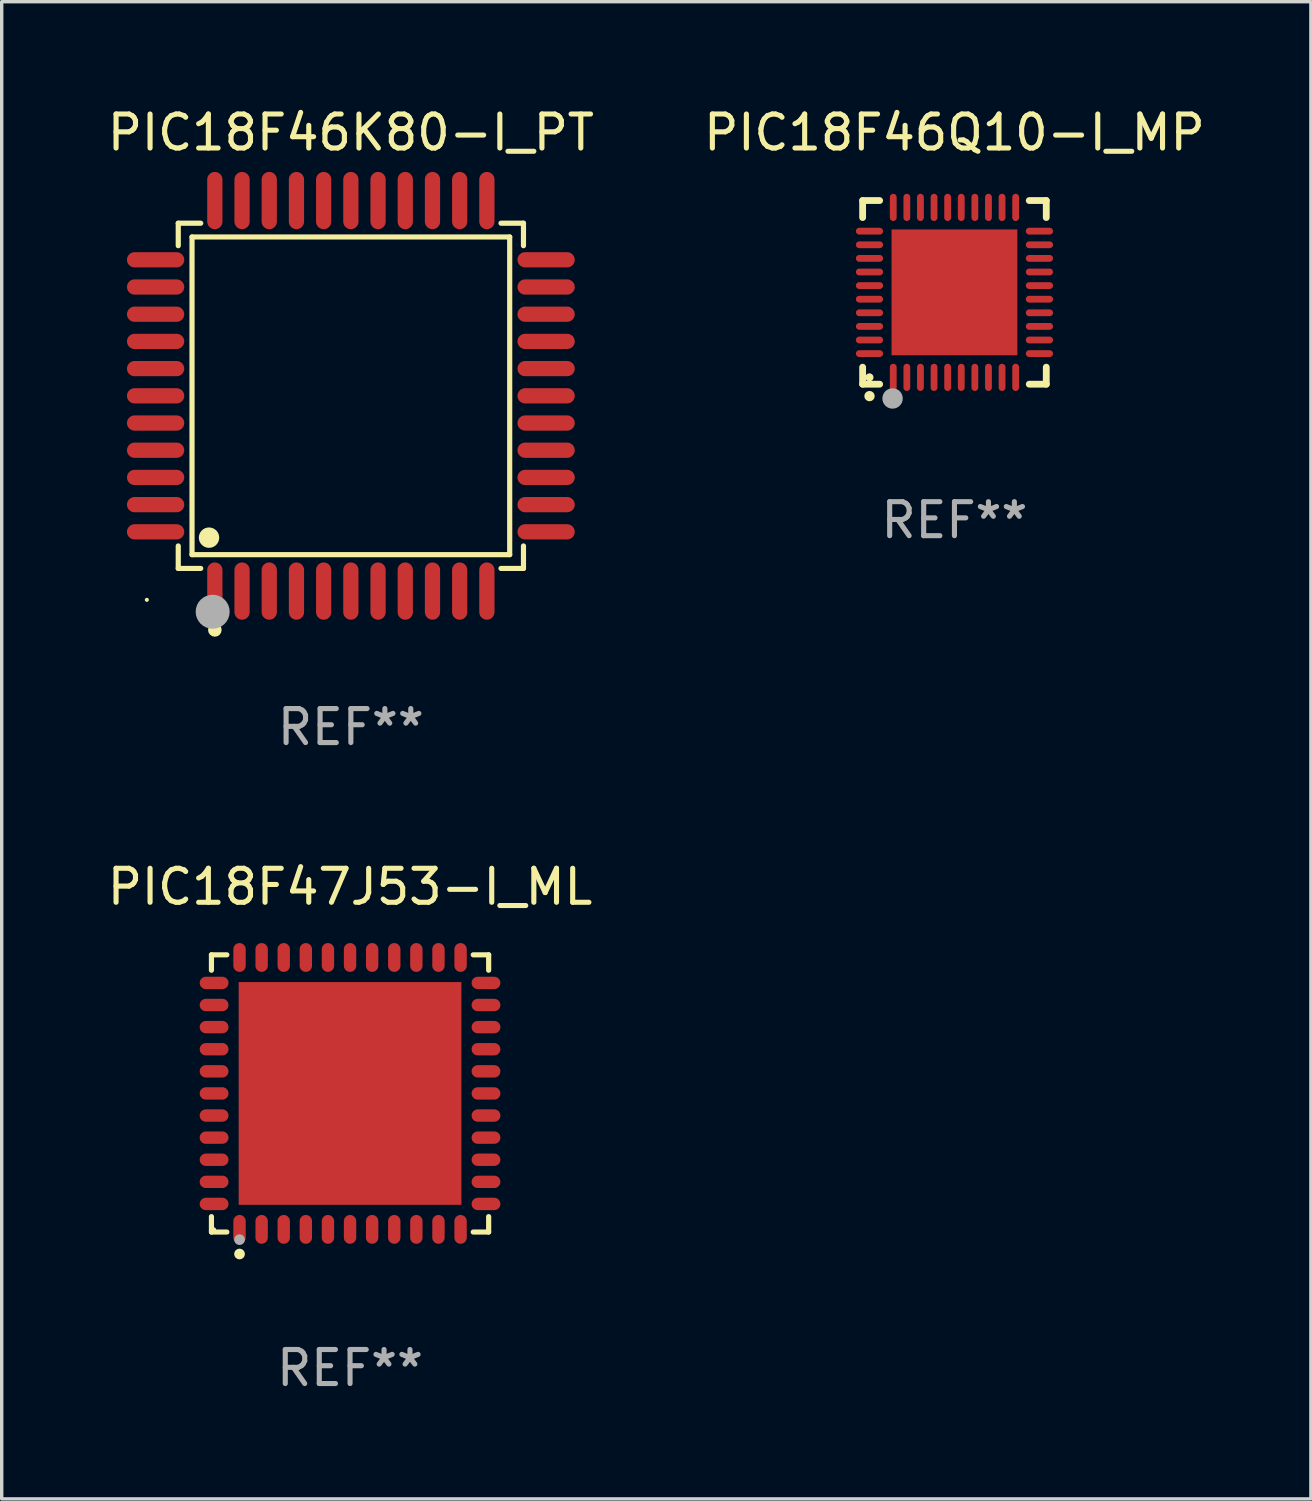
<source format=kicad_pcb>
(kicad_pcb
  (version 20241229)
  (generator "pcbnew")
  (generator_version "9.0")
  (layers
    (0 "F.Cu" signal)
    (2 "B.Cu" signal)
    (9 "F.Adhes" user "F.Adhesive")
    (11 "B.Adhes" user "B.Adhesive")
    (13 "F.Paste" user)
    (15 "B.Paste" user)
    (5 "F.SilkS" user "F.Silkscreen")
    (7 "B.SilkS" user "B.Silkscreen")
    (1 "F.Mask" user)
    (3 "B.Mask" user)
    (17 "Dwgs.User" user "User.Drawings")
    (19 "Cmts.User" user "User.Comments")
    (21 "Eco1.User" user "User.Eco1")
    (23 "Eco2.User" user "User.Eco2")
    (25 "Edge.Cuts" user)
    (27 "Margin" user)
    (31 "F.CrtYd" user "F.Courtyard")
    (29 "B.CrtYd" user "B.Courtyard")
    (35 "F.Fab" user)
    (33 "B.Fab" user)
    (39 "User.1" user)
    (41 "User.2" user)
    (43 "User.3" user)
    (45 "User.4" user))
  (footprint "PIC18F46Q10-I_MP"
    (layer "F.Cu")
    (at 25.018 5.548)
    (property "Reference" "PIC18F46Q10-I_MP" (at 0 -4.7 0) (layer "F.SilkS") (effects (font (size 1 1) (thickness 0.15))))
    (attr through_hole)
    (fp_line (start -2.7 -2.7) (end -2.7 -2.2) (stroke (width 0.2) (type solid)) (layer "F.SilkS"))
    (fp_line (start -2.7 2.7) (end -2.7 2.2) (stroke (width 0.2) (type solid)) (layer "F.SilkS"))
    (fp_line (start -2.2 -2.7) (end -2.7 -2.7) (stroke (width 0.2) (type solid)) (layer "F.SilkS"))
    (fp_line (start -2.2 2.7) (end -2.7 2.7) (stroke (width 0.2) (type solid)) (layer "F.SilkS"))
    (fp_line (start 2.7 -2.7) (end 2.2 -2.7) (stroke (width 0.2) (type solid)) (layer "F.SilkS"))
    (fp_line (start 2.7 -2.2) (end 2.7 -2.7) (stroke (width 0.2) (type solid)) (layer "F.SilkS"))
    (fp_line (start 2.7 2.2) (end 2.7 2.7) (stroke (width 0.2) (type solid)) (layer "F.SilkS"))
    (fp_line (start 2.7 2.7) (end 2.2 2.7) (stroke (width 0.2) (type solid)) (layer "F.SilkS"))
    (fp_arc (start -2.499365 3.050546) (mid -2.498095 3.050541) (end -2.496825 3.050546) (stroke (width 0.3) (type solid)) (layer "F.SilkS"))
    (fp_circle (center -2.5 2.5) (end -2.44 2.5) (stroke (width 0.12) (type solid)) (fill no) (layer "F.SilkS"))
    (fp_circle (center -1.82 3.12) (end -1.67 3.12) (stroke (width 0.3) (type solid)) (fill no) (layer "F.Fab"))
    (fp_text user "REF**" (at 0 6.7 0) (layer "F.Fab") (effects (font (size 1 1) (thickness 0.15))))
    (pad "1" smd oval (at -1.8 2.499) (size 0.2 0.8) (layers "F.Cu" "F.Mask" "F.Paste"))
    (pad "2" smd oval (at -1.4 2.499) (size 0.2 0.8) (layers "F.Cu" "F.Mask" "F.Paste"))
    (pad "3" smd oval (at -1 2.499) (size 0.2 0.8) (layers "F.Cu" "F.Mask" "F.Paste"))
    (pad "4" smd oval (at -0.6 2.499) (size 0.2 0.8) (layers "F.Cu" "F.Mask" "F.Paste"))
    (pad "5" smd oval (at -0.2 2.499) (size 0.2 0.8) (layers "F.Cu" "F.Mask" "F.Paste"))
    (pad "6" smd oval (at 0.2 2.499) (size 0.2 0.8) (layers "F.Cu" "F.Mask" "F.Paste"))
    (pad "7" smd oval (at 0.6 2.499) (size 0.2 0.8) (layers "F.Cu" "F.Mask" "F.Paste"))
    (pad "8" smd oval (at 1 2.499) (size 0.2 0.8) (layers "F.Cu" "F.Mask" "F.Paste"))
    (pad "9" smd oval (at 1.4 2.499) (size 0.2 0.8) (layers "F.Cu" "F.Mask" "F.Paste"))
    (pad "10" smd oval (at 1.8 2.499) (size 0.2 0.8) (layers "F.Cu" "F.Mask" "F.Paste"))
    (pad "11" smd oval (at 2.499 1.8) (size 0.8 0.2) (layers "F.Cu" "F.Mask" "F.Paste"))
    (pad "12" smd oval (at 2.499 1.4) (size 0.8 0.2) (layers "F.Cu" "F.Mask" "F.Paste"))
    (pad "13" smd oval (at 2.499 1) (size 0.8 0.2) (layers "F.Cu" "F.Mask" "F.Paste"))
    (pad "14" smd oval (at 2.499 0.6) (size 0.8 0.2) (layers "F.Cu" "F.Mask" "F.Paste"))
    (pad "15" smd oval (at 2.499 0.2) (size 0.8 0.2) (layers "F.Cu" "F.Mask" "F.Paste"))
    (pad "16" smd oval (at 2.499 -0.2) (size 0.8 0.2) (layers "F.Cu" "F.Mask" "F.Paste"))
    (pad "17" smd oval (at 2.499 -0.6) (size 0.8 0.2) (layers "F.Cu" "F.Mask" "F.Paste"))
    (pad "18" smd oval (at 2.499 -1) (size 0.8 0.2) (layers "F.Cu" "F.Mask" "F.Paste"))
    (pad "19" smd oval (at 2.499 -1.4) (size 0.8 0.2) (layers "F.Cu" "F.Mask" "F.Paste"))
    (pad "20" smd oval (at 2.499 -1.8) (size 0.8 0.2) (layers "F.Cu" "F.Mask" "F.Paste"))
    (pad "21" smd oval (at 1.8 -2.499) (size 0.2 0.8) (layers "F.Cu" "F.Mask" "F.Paste"))
    (pad "22" smd oval (at 1.4 -2.499) (size 0.2 0.8) (layers "F.Cu" "F.Mask" "F.Paste"))
    (pad "23" smd oval (at 1 -2.499) (size 0.2 0.8) (layers "F.Cu" "F.Mask" "F.Paste"))
    (pad "24" smd oval (at 0.6 -2.499) (size 0.2 0.8) (layers "F.Cu" "F.Mask" "F.Paste"))
    (pad "25" smd oval (at 0.2 -2.499) (size 0.2 0.8) (layers "F.Cu" "F.Mask" "F.Paste"))
    (pad "26" smd oval (at -0.2 -2.499) (size 0.2 0.8) (layers "F.Cu" "F.Mask" "F.Paste"))
    (pad "27" smd oval (at -0.6 -2.499) (size 0.2 0.8) (layers "F.Cu" "F.Mask" "F.Paste"))
    (pad "28" smd oval (at -1 -2.499) (size 0.2 0.8) (layers "F.Cu" "F.Mask" "F.Paste"))
    (pad "29" smd oval (at -1.4 -2.499) (size 0.2 0.8) (layers "F.Cu" "F.Mask" "F.Paste"))
    (pad "30" smd oval (at -1.8 -2.499) (size 0.2 0.8) (layers "F.Cu" "F.Mask" "F.Paste"))
    (pad "31" smd oval (at -2.499 -1.8) (size 0.8 0.2) (layers "F.Cu" "F.Mask" "F.Paste"))
    (pad "32" smd oval (at -2.499 -1.4) (size 0.8 0.2) (layers "F.Cu" "F.Mask" "F.Paste"))
    (pad "33" smd oval (at -2.499 -1) (size 0.8 0.2) (layers "F.Cu" "F.Mask" "F.Paste"))
    (pad "34" smd oval (at -2.499 -0.6) (size 0.8 0.2) (layers "F.Cu" "F.Mask" "F.Paste"))
    (pad "35" smd oval (at -2.499 -0.2) (size 0.8 0.2) (layers "F.Cu" "F.Mask" "F.Paste"))
    (pad "36" smd oval (at -2.499 0.2) (size 0.8 0.2) (layers "F.Cu" "F.Mask" "F.Paste"))
    (pad "37" smd oval (at -2.499 0.6) (size 0.8 0.2) (layers "F.Cu" "F.Mask" "F.Paste"))
    (pad "38" smd oval (at -2.499 1) (size 0.8 0.2) (layers "F.Cu" "F.Mask" "F.Paste"))
    (pad "39" smd oval (at -2.499 1.4) (size 0.8 0.2) (layers "F.Cu" "F.Mask" "F.Paste"))
    (pad "40" smd oval (at -2.499 1.8) (size 0.8 0.2) (layers "F.Cu" "F.Mask" "F.Paste"))
    (pad "41" smd rect (at 0 0) (size 3.7 3.7) (layers "F.Cu" "F.Mask" "F.Paste")))
  (footprint "PIC18F47J53-I_ML"
    (layer "F.Cu")
    (at 7.244 29.105)
    (property "Reference" "PIC18F47J53-I_ML" (at 0 -6.076 0) (layer "F.SilkS") (effects (font (size 1 1) (thickness 0.15))))
    (attr through_hole)
    (fp_line (start -4.076 -4.076) (end -3.623 -4.076) (stroke (width 0.152) (type solid)) (layer "F.SilkS"))
    (fp_line (start -4.076 -3.623) (end -4.076 -4.076) (stroke (width 0.152) (type solid)) (layer "F.SilkS"))
    (fp_line (start -4.076 3.623) (end -4.076 4.076) (stroke (width 0.152) (type solid)) (layer "F.SilkS"))
    (fp_line (start -4.076 4.076) (end -3.623 4.076) (stroke (width 0.152) (type solid)) (layer "F.SilkS"))
    (fp_line (start 4.076 -4.076) (end 3.623 -4.076) (stroke (width 0.152) (type solid)) (layer "F.SilkS"))
    (fp_line (start 4.076 -3.623) (end 4.076 -4.076) (stroke (width 0.152) (type solid)) (layer "F.SilkS"))
    (fp_line (start 4.076 3.623) (end 4.076 4.076) (stroke (width 0.152) (type solid)) (layer "F.SilkS"))
    (fp_line (start 4.076 4.076) (end 3.623 4.076) (stroke (width 0.152) (type solid)) (layer "F.SilkS"))
    (fp_circle (center -4 4) (end -3.97 4) (stroke (width 0.06) (type solid)) (fill no) (layer "F.SilkS"))
    (fp_circle (center -3.25 4.722) (end -3.171 4.722) (stroke (width 0.158) (type solid)) (fill no) (layer "F.SilkS"))
    (fp_circle (center -3.25 4.3) (end -3.171 4.3) (stroke (width 0.158) (type solid)) (fill no) (layer "F.Fab"))
    (fp_text user "REF**" (at 0 8.076 0) (layer "F.Fab") (effects (font (size 1 1) (thickness 0.15))))
    (pad "1" smd oval (at -3.25 3.998) (size 0.364 0.847) (layers "F.Cu" "F.Mask" "F.Paste"))
    (pad "2" smd oval (at -2.6 3.998) (size 0.364 0.847) (layers "F.Cu" "F.Mask" "F.Paste"))
    (pad "3" smd oval (at -1.95 3.998) (size 0.364 0.847) (layers "F.Cu" "F.Mask" "F.Paste"))
    (pad "4" smd oval (at -1.3 3.998) (size 0.364 0.847) (layers "F.Cu" "F.Mask" "F.Paste"))
    (pad "5" smd oval (at -0.65 3.998) (size 0.364 0.847) (layers "F.Cu" "F.Mask" "F.Paste"))
    (pad "6" smd oval (at 0 3.998) (size 0.364 0.847) (layers "F.Cu" "F.Mask" "F.Paste"))
    (pad "7" smd oval (at 0.65 3.998) (size 0.364 0.847) (layers "F.Cu" "F.Mask" "F.Paste"))
    (pad "8" smd oval (at 1.3 3.998) (size 0.364 0.847) (layers "F.Cu" "F.Mask" "F.Paste"))
    (pad "9" smd oval (at 1.95 3.998) (size 0.364 0.847) (layers "F.Cu" "F.Mask" "F.Paste"))
    (pad "10" smd oval (at 2.6 3.998) (size 0.364 0.847) (layers "F.Cu" "F.Mask" "F.Paste"))
    (pad "11" smd oval (at 3.25 3.998) (size 0.364 0.847) (layers "F.Cu" "F.Mask" "F.Paste"))
    (pad "12" smd oval (at 3.998 3.25) (size 0.847 0.364) (layers "F.Cu" "F.Mask" "F.Paste"))
    (pad "13" smd oval (at 3.998 2.6) (size 0.847 0.364) (layers "F.Cu" "F.Mask" "F.Paste"))
    (pad "14" smd oval (at 3.998 1.95) (size 0.847 0.364) (layers "F.Cu" "F.Mask" "F.Paste"))
    (pad "15" smd oval (at 3.998 1.3) (size 0.847 0.364) (layers "F.Cu" "F.Mask" "F.Paste"))
    (pad "16" smd oval (at 3.998 0.65) (size 0.847 0.364) (layers "F.Cu" "F.Mask" "F.Paste"))
    (pad "17" smd oval (at 3.998 0) (size 0.847 0.364) (layers "F.Cu" "F.Mask" "F.Paste"))
    (pad "18" smd oval (at 3.998 -0.65) (size 0.847 0.364) (layers "F.Cu" "F.Mask" "F.Paste"))
    (pad "19" smd oval (at 3.998 -1.3) (size 0.847 0.364) (layers "F.Cu" "F.Mask" "F.Paste"))
    (pad "20" smd oval (at 3.998 -1.95) (size 0.847 0.364) (layers "F.Cu" "F.Mask" "F.Paste"))
    (pad "21" smd oval (at 3.998 -2.6) (size 0.847 0.364) (layers "F.Cu" "F.Mask" "F.Paste"))
    (pad "22" smd oval (at 3.998 -3.25) (size 0.847 0.364) (layers "F.Cu" "F.Mask" "F.Paste"))
    (pad "23" smd oval (at 3.25 -3.998) (size 0.364 0.847) (layers "F.Cu" "F.Mask" "F.Paste"))
    (pad "24" smd oval (at 2.6 -3.998) (size 0.364 0.847) (layers "F.Cu" "F.Mask" "F.Paste"))
    (pad "25" smd oval (at 1.95 -3.998) (size 0.364 0.847) (layers "F.Cu" "F.Mask" "F.Paste"))
    (pad "26" smd oval (at 1.3 -3.998) (size 0.364 0.847) (layers "F.Cu" "F.Mask" "F.Paste"))
    (pad "27" smd oval (at 0.65 -3.998) (size 0.364 0.847) (layers "F.Cu" "F.Mask" "F.Paste"))
    (pad "28" smd oval (at 0 -3.998) (size 0.364 0.847) (layers "F.Cu" "F.Mask" "F.Paste"))
    (pad "29" smd oval (at -0.65 -3.998) (size 0.364 0.847) (layers "F.Cu" "F.Mask" "F.Paste"))
    (pad "30" smd oval (at -1.3 -3.998) (size 0.364 0.847) (layers "F.Cu" "F.Mask" "F.Paste"))
    (pad "31" smd oval (at -1.95 -3.998) (size 0.364 0.847) (layers "F.Cu" "F.Mask" "F.Paste"))
    (pad "32" smd oval (at -2.6 -3.998) (size 0.364 0.847) (layers "F.Cu" "F.Mask" "F.Paste"))
    (pad "33" smd oval (at -3.25 -3.998) (size 0.364 0.847) (layers "F.Cu" "F.Mask" "F.Paste"))
    (pad "34" smd oval (at -3.998 -3.25) (size 0.847 0.364) (layers "F.Cu" "F.Mask" "F.Paste"))
    (pad "35" smd oval (at -3.998 -2.6) (size 0.847 0.364) (layers "F.Cu" "F.Mask" "F.Paste"))
    (pad "36" smd oval (at -3.998 -1.95) (size 0.847 0.364) (layers "F.Cu" "F.Mask" "F.Paste"))
    (pad "37" smd oval (at -3.998 -1.3) (size 0.847 0.364) (layers "F.Cu" "F.Mask" "F.Paste"))
    (pad "38" smd oval (at -3.998 -0.65) (size 0.847 0.364) (layers "F.Cu" "F.Mask" "F.Paste"))
    (pad "39" smd oval (at -3.998 0) (size 0.847 0.364) (layers "F.Cu" "F.Mask" "F.Paste"))
    (pad "40" smd oval (at -3.998 0.65) (size 0.847 0.364) (layers "F.Cu" "F.Mask" "F.Paste"))
    (pad "41" smd oval (at -3.998 1.3) (size 0.847 0.364) (layers "F.Cu" "F.Mask" "F.Paste"))
    (pad "42" smd oval (at -3.998 1.95) (size 0.847 0.364) (layers "F.Cu" "F.Mask" "F.Paste"))
    (pad "43" smd oval (at -3.998 2.6) (size 0.847 0.364) (layers "F.Cu" "F.Mask" "F.Paste"))
    (pad "44" smd oval (at -3.998 3.25) (size 0.847 0.364) (layers "F.Cu" "F.Mask" "F.Paste"))
    (pad "45" smd rect (at 0 0) (size 6.55 6.55) (layers "F.Cu" "F.Mask" "F.Paste")))
  (footprint "PIC18F46K80-I_PT"
    (layer "F.Cu")
    (at 7.268 8.59)
    (property "Reference" "PIC18F46K80-I_PT" (at 0 -7.742 0) (layer "F.SilkS") (effects (font (size 1 1) (thickness 0.15))))
    (attr through_hole)
    (fp_line (start -5.076 -5.076) (end -4.415 -5.076) (stroke (width 0.152) (type solid)) (layer "F.SilkS"))
    (fp_line (start -5.076 -4.415) (end -5.076 -5.076) (stroke (width 0.152) (type solid)) (layer "F.SilkS"))
    (fp_line (start -5.076 4.415) (end -5.076 5.076) (stroke (width 0.152) (type solid)) (layer "F.SilkS"))
    (fp_line (start -5.076 5.076) (end -4.415 5.076) (stroke (width 0.152) (type solid)) (layer "F.SilkS"))
    (fp_line (start -4.671 -4.671) (end 4.671 -4.671) (stroke (width 0.152) (type solid)) (layer "F.SilkS"))
    (fp_line (start -4.671 4.671) (end -4.671 -4.671) (stroke (width 0.152) (type solid)) (layer "F.SilkS"))
    (fp_line (start 4.671 -4.671) (end 4.671 4.671) (stroke (width 0.152) (type solid)) (layer "F.SilkS"))
    (fp_line (start 4.671 4.671) (end -4.671 4.671) (stroke (width 0.152) (type solid)) (layer "F.SilkS"))
    (fp_line (start 5.076 -5.076) (end 4.415 -5.076) (stroke (width 0.152) (type solid)) (layer "F.SilkS"))
    (fp_line (start 5.076 -4.415) (end 5.076 -5.076) (stroke (width 0.152) (type solid)) (layer "F.SilkS"))
    (fp_line (start 5.076 4.415) (end 5.076 5.076) (stroke (width 0.152) (type solid)) (layer "F.SilkS"))
    (fp_line (start 5.076 5.076) (end 4.415 5.076) (stroke (width 0.152) (type solid)) (layer "F.SilkS"))
    (fp_circle (center -6 6) (end -5.97 6) (stroke (width 0.06) (type solid)) (fill no) (layer "F.SilkS"))
    (fp_circle (center -4.171 4.171) (end -4.021 4.171) (stroke (width 0.3) (type solid)) (fill no) (layer "F.SilkS"))
    (fp_circle (center -4 6.884) (end -3.9 6.884) (stroke (width 0.2) (type solid)) (fill no) (layer "F.SilkS"))
    (fp_circle (center -4.064 6.35) (end -3.814 6.35) (stroke (width 0.5) (type solid)) (fill no) (layer "F.Fab"))
    (fp_text user "REF**" (at 0 9.742 0) (layer "F.Fab") (effects (font (size 1 1) (thickness 0.15))))
    (pad "1" smd oval (at -4 5.742) (size 0.448 1.684) (layers "F.Cu" "F.Mask" "F.Paste"))
    (pad "2" smd oval (at -3.2 5.742) (size 0.448 1.684) (layers "F.Cu" "F.Mask" "F.Paste"))
    (pad "3" smd oval (at -2.4 5.742) (size 0.448 1.684) (layers "F.Cu" "F.Mask" "F.Paste"))
    (pad "4" smd oval (at -1.6 5.742) (size 0.448 1.684) (layers "F.Cu" "F.Mask" "F.Paste"))
    (pad "5" smd oval (at -0.8 5.742) (size 0.448 1.684) (layers "F.Cu" "F.Mask" "F.Paste"))
    (pad "6" smd oval (at 0 5.742) (size 0.448 1.684) (layers "F.Cu" "F.Mask" "F.Paste"))
    (pad "7" smd oval (at 0.8 5.742) (size 0.448 1.684) (layers "F.Cu" "F.Mask" "F.Paste"))
    (pad "8" smd oval (at 1.6 5.742) (size 0.448 1.684) (layers "F.Cu" "F.Mask" "F.Paste"))
    (pad "9" smd oval (at 2.4 5.742) (size 0.448 1.684) (layers "F.Cu" "F.Mask" "F.Paste"))
    (pad "10" smd oval (at 3.2 5.742) (size 0.448 1.684) (layers "F.Cu" "F.Mask" "F.Paste"))
    (pad "11" smd oval (at 4 5.742) (size 0.448 1.684) (layers "F.Cu" "F.Mask" "F.Paste"))
    (pad "12" smd oval (at 5.742 4) (size 1.684 0.448) (layers "F.Cu" "F.Mask" "F.Paste"))
    (pad "13" smd oval (at 5.742 3.2) (size 1.684 0.448) (layers "F.Cu" "F.Mask" "F.Paste"))
    (pad "14" smd oval (at 5.742 2.4) (size 1.684 0.448) (layers "F.Cu" "F.Mask" "F.Paste"))
    (pad "15" smd oval (at 5.742 1.6) (size 1.684 0.448) (layers "F.Cu" "F.Mask" "F.Paste"))
    (pad "16" smd oval (at 5.742 0.8) (size 1.684 0.448) (layers "F.Cu" "F.Mask" "F.Paste"))
    (pad "17" smd oval (at 5.742 0) (size 1.684 0.448) (layers "F.Cu" "F.Mask" "F.Paste"))
    (pad "18" smd oval (at 5.742 -0.8) (size 1.684 0.448) (layers "F.Cu" "F.Mask" "F.Paste"))
    (pad "19" smd oval (at 5.742 -1.6) (size 1.684 0.448) (layers "F.Cu" "F.Mask" "F.Paste"))
    (pad "20" smd oval (at 5.742 -2.4) (size 1.684 0.448) (layers "F.Cu" "F.Mask" "F.Paste"))
    (pad "21" smd oval (at 5.742 -3.2) (size 1.684 0.448) (layers "F.Cu" "F.Mask" "F.Paste"))
    (pad "22" smd oval (at 5.742 -4) (size 1.684 0.448) (layers "F.Cu" "F.Mask" "F.Paste"))
    (pad "23" smd oval (at 4 -5.742) (size 0.448 1.684) (layers "F.Cu" "F.Mask" "F.Paste"))
    (pad "24" smd oval (at 3.2 -5.742) (size 0.448 1.684) (layers "F.Cu" "F.Mask" "F.Paste"))
    (pad "25" smd oval (at 2.4 -5.742) (size 0.448 1.684) (layers "F.Cu" "F.Mask" "F.Paste"))
    (pad "26" smd oval (at 1.6 -5.742) (size 0.448 1.684) (layers "F.Cu" "F.Mask" "F.Paste"))
    (pad "27" smd oval (at 0.8 -5.742) (size 0.448 1.684) (layers "F.Cu" "F.Mask" "F.Paste"))
    (pad "28" smd oval (at 0 -5.742) (size 0.448 1.684) (layers "F.Cu" "F.Mask" "F.Paste"))
    (pad "29" smd oval (at -0.8 -5.742) (size 0.448 1.684) (layers "F.Cu" "F.Mask" "F.Paste"))
    (pad "30" smd oval (at -1.6 -5.742) (size 0.448 1.684) (layers "F.Cu" "F.Mask" "F.Paste"))
    (pad "31" smd oval (at -2.4 -5.742) (size 0.448 1.684) (layers "F.Cu" "F.Mask" "F.Paste"))
    (pad "32" smd oval (at -3.2 -5.742) (size 0.448 1.684) (layers "F.Cu" "F.Mask" "F.Paste"))
    (pad "33" smd oval (at -4 -5.742) (size 0.448 1.684) (layers "F.Cu" "F.Mask" "F.Paste"))
    (pad "34" smd oval (at -5.742 -4) (size 1.684 0.448) (layers "F.Cu" "F.Mask" "F.Paste"))
    (pad "35" smd oval (at -5.742 -3.2) (size 1.684 0.448) (layers "F.Cu" "F.Mask" "F.Paste"))
    (pad "36" smd oval (at -5.742 -2.4) (size 1.684 0.448) (layers "F.Cu" "F.Mask" "F.Paste"))
    (pad "37" smd oval (at -5.742 -1.6) (size 1.684 0.448) (layers "F.Cu" "F.Mask" "F.Paste"))
    (pad "38" smd oval (at -5.742 -0.8) (size 1.684 0.448) (layers "F.Cu" "F.Mask" "F.Paste"))
    (pad "39" smd oval (at -5.742 0) (size 1.684 0.448) (layers "F.Cu" "F.Mask" "F.Paste"))
    (pad "40" smd oval (at -5.742 0.8) (size 1.684 0.448) (layers "F.Cu" "F.Mask" "F.Paste"))
    (pad "41" smd oval (at -5.742 1.6) (size 1.684 0.448) (layers "F.Cu" "F.Mask" "F.Paste"))
    (pad "42" smd oval (at -5.742 2.4) (size 1.684 0.448) (layers "F.Cu" "F.Mask" "F.Paste"))
    (pad "43" smd oval (at -5.742 3.2) (size 1.684 0.448) (layers "F.Cu" "F.Mask" "F.Paste"))
    (pad "44" smd oval (at -5.742 4) (size 1.684 0.448) (layers "F.Cu" "F.Mask" "F.Paste")))
  (gr_rect
    (start -3 -3)
    (end 35.5 41.029)
    (stroke (width 0.1) (type default))
    (fill no)
    (layer "Edge.Cuts")))
</source>
